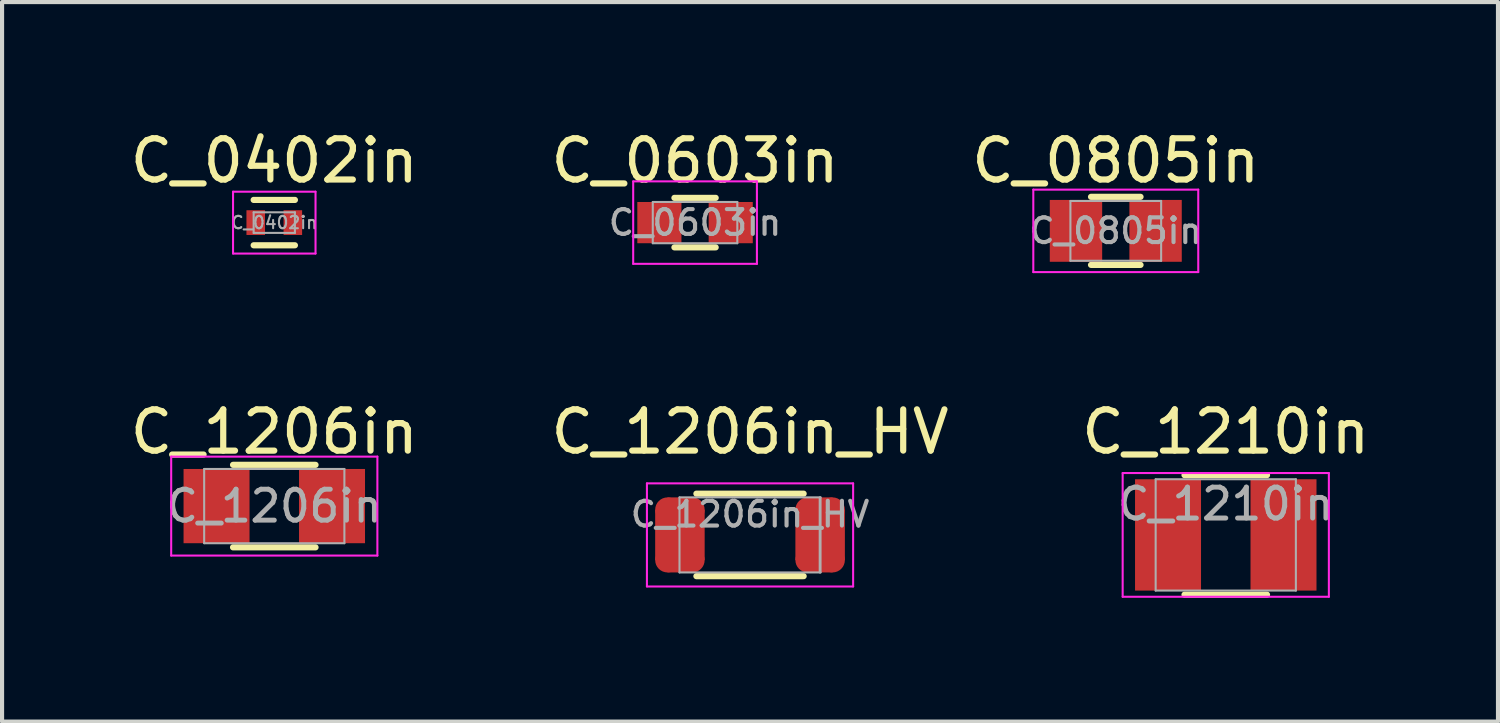
<source format=kicad_pcb>
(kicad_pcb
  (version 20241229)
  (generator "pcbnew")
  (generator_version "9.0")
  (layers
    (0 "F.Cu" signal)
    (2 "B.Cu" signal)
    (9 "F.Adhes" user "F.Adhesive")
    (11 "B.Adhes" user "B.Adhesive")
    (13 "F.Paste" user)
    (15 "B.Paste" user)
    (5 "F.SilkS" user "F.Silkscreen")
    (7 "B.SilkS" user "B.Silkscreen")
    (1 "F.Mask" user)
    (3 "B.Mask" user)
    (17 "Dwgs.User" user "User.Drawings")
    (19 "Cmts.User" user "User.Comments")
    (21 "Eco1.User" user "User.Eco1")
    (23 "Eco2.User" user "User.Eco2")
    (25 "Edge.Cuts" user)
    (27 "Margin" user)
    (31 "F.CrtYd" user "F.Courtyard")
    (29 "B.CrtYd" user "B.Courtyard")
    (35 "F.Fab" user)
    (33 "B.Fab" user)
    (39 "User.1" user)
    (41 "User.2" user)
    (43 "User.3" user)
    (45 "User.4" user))
  (footprint "C_0402in"
    (layer "F.Cu")
    (at 3.601 2.348)
    (property "Reference" "C_0402in" (at 0 0 0) (layer "F.Fab") (effects (font (size 0.3 0.3) (thickness 0.05))))
    (attr smd)
    (fp_line (start -0.5 -0.55) (end 0.5 -0.55) (stroke (width 0.15) (type solid)) (layer "F.SilkS"))
    (fp_line (start -0.5 0.55) (end 0.5 0.55) (stroke (width 0.15) (type solid)) (layer "F.SilkS"))
    (fp_line (start -1 -0.75) (end 1 -0.75) (stroke (width 0.05) (type solid)) (layer "F.CrtYd"))
    (fp_line (start -1 0.75) (end -1 -0.75) (stroke (width 0.05) (type solid)) (layer "F.CrtYd"))
    (fp_line (start 1 -0.75) (end 1 0.75) (stroke (width 0.05) (type solid)) (layer "F.CrtYd"))
    (fp_line (start 1 0.75) (end -1 0.75) (stroke (width 0.05) (type solid)) (layer "F.CrtYd"))
    (fp_line (start -0.5 -0.25) (end 0.5 -0.25) (stroke (width 0.05) (type solid)) (layer "F.Fab"))
    (fp_line (start -0.5 0.25) (end -0.5 -0.25) (stroke (width 0.05) (type solid)) (layer "F.Fab"))
    (fp_line (start 0.5 -0.25) (end 0.5 0.25) (stroke (width 0.05) (type solid)) (layer "F.Fab"))
    (fp_line (start 0.5 0.25) (end -0.5 0.25) (stroke (width 0.05) (type solid)) (layer "F.Fab"))
    (fp_text user "${REFERENCE}" (at 0 -1.5 0) (layer "F.SilkS") (effects (font (size 1 1) (thickness 0.15))))
    (pad "1" smd rect (at -0.45 0) (size 0.45 0.6) (layers "F.Cu" "F.Mask" "F.Paste"))
    (pad "2" smd rect (at 0.45 0) (size 0.45 0.6) (layers "F.Cu" "F.Mask" "F.Paste")))
  (footprint "C_1206in"
    (layer "F.Cu")
    (at 3.601 9.222)
    (property "Reference" "C_1206in" (at 0 0 0) (layer "F.Fab") (effects (font (size 0.75 0.75) (thickness 0.12))))
    (attr smd)
    (fp_line (start -1 -1) (end 1 -1) (stroke (width 0.15) (type solid)) (layer "F.SilkS"))
    (fp_line (start 1 1) (end -1 1) (stroke (width 0.15) (type solid)) (layer "F.SilkS"))
    (fp_line (start -2.5 -1.2) (end -2.5 1.2) (stroke (width 0.05) (type solid)) (layer "F.CrtYd"))
    (fp_line (start -2.5 -1.2) (end 2.5 -1.2) (stroke (width 0.05) (type solid)) (layer "F.CrtYd"))
    (fp_line (start -2.5 1.2) (end 2.5 1.2) (stroke (width 0.05) (type solid)) (layer "F.CrtYd"))
    (fp_line (start 2.5 -1.2) (end 2.5 1.2) (stroke (width 0.05) (type solid)) (layer "F.CrtYd"))
    (fp_line (start -1.7 -0.9) (end 1.7 -0.9) (stroke (width 0.05) (type solid)) (layer "F.Fab"))
    (fp_line (start -1.7 0.9) (end -1.7 -0.9) (stroke (width 0.05) (type solid)) (layer "F.Fab"))
    (fp_line (start 1.7 -0.9) (end 1.7 0.9) (stroke (width 0.05) (type solid)) (layer "F.Fab"))
    (fp_line (start 1.7 0.9) (end -1.7 0.9) (stroke (width 0.05) (type solid)) (layer "F.Fab"))
    (fp_text user "${REFERENCE}" (at 0 -1.8 0) (layer "F.SilkS") (effects (font (size 1 1) (thickness 0.15))))
    (pad "1" smd rect (at -1.4 0) (size 1.6 1.8) (layers "F.Cu" "F.Mask" "F.Paste"))
    (pad "2" smd rect (at 1.4 0) (size 1.6 1.8) (layers "F.Cu" "F.Mask" "F.Paste")))
  (footprint "C_1206in_HV"
    (layer "F.Cu")
    (at 15.137 9.921)
    (property "Reference" "C_1206in_HV" (at 0 -0.5 0) (layer "F.Fab") (effects (font (size 0.6 0.6) (thickness 0.1))))
    (attr smd)
    (fp_line (start -1.4 -0.835) (end 1.4 -0.835) (stroke (width 0.15) (type solid)) (layer "F.Mask"))
    (fp_line (start -1.4 -0.75) (end 1.4 -0.75) (stroke (width 0.15) (type solid)) (layer "F.Mask"))
    (fp_line (start -1.4 -0.45) (end 1.4 -0.45) (stroke (width 0.15) (type solid)) (layer "F.Mask"))
    (fp_line (start -1.4 -0.15) (end 1.4 -0.15) (stroke (width 0.15) (type solid)) (layer "F.Mask"))
    (fp_line (start -1.4 0) (end 1.4 0) (stroke (width 0.15) (type solid)) (layer "F.Mask"))
    (fp_line (start -1.4 0.3) (end 1.4 0.3) (stroke (width 0.15) (type solid)) (layer "F.Mask"))
    (fp_line (start -1.4 0.6) (end 1.4 0.6) (stroke (width 0.15) (type solid)) (layer "F.Mask"))
    (fp_line (start -1.4 0.835) (end -1.4 -0.835) (stroke (width 0.15) (type solid)) (layer "F.Mask"))
    (fp_line (start 1.4 -0.835) (end 1.4 0.835) (stroke (width 0.15) (type solid)) (layer "F.Mask"))
    (fp_line (start 1.4 -0.6) (end -1.4 -0.6) (stroke (width 0.15) (type solid)) (layer "F.Mask"))
    (fp_line (start 1.4 -0.3) (end -1.4 -0.3) (stroke (width 0.15) (type solid)) (layer "F.Mask"))
    (fp_line (start 1.4 0.15) (end -1.4 0.15) (stroke (width 0.15) (type solid)) (layer "F.Mask"))
    (fp_line (start 1.4 0.45) (end -1.4 0.45) (stroke (width 0.15) (type solid)) (layer "F.Mask"))
    (fp_line (start 1.4 0.75) (end -1.4 0.75) (stroke (width 0.15) (type solid)) (layer "F.Mask"))
    (fp_line (start 1.4 0.835) (end -1.4 0.835) (stroke (width 0.15) (type solid)) (layer "F.Mask"))
    (fp_line (start -1.3 1) (end 1.3 1) (stroke (width 0.15) (type solid)) (layer "F.SilkS"))
    (fp_line (start 1.3 -1) (end -1.3 -1) (stroke (width 0.15) (type solid)) (layer "F.SilkS"))
    (fp_line (start -2.5 -1.25) (end -2.5 1.25) (stroke (width 0.05) (type solid)) (layer "F.CrtYd"))
    (fp_line (start -2.5 -1.25) (end 2.5 -1.25) (stroke (width 0.05) (type solid)) (layer "F.CrtYd"))
    (fp_line (start -2.5 1.25) (end 2.5 1.25) (stroke (width 0.05) (type solid)) (layer "F.CrtYd"))
    (fp_line (start 2.5 -1.25) (end 2.5 1.25) (stroke (width 0.05) (type solid)) (layer "F.CrtYd"))
    (fp_line (start -1.71 -0.91) (end 1.71 -0.91) (stroke (width 0.05) (type solid)) (layer "F.Fab"))
    (fp_line (start -1.71 0.91) (end -1.71 -0.91) (stroke (width 0.05) (type solid)) (layer "F.Fab"))
    (fp_line (start 1.69 0.91) (end 1.69 -0.91) (stroke (width 0.05) (type solid)) (layer "F.Fab"))
    (fp_line (start 1.71 -0.91) (end 1.71 0.91) (stroke (width 0.05) (type solid)) (layer "F.Fab"))
    (fp_line (start 1.71 0.91) (end -1.71 0.91) (stroke (width 0.05) (type solid)) (layer "F.Fab"))
    (fp_text user "${REFERENCE}" (at 0 -2.5 0) (layer "F.SilkS") (effects (font (size 1 1) (thickness 0.15))))
    (pad "1" smd circle (at -2 -0.61) (size 0.6 0.6) (layers "F.Cu" "F.Mask" "F.Paste"))
    (pad "1" smd circle (at -2 0.61) (size 0.6 0.6) (layers "F.Cu" "F.Mask" "F.Paste"))
    (pad "1" smd rect (at -1.7 0) (size 0.6 1.82) (layers "F.Cu" "F.Mask" "F.Paste"))
    (pad "1" smd rect (at -1.7 0) (size 1.2 1.22) (layers "F.Cu" "F.Mask" "F.Paste"))
    (pad "1" smd circle (at -1.4 -0.61) (size 0.6 0.6) (layers "F.Cu" "F.Mask" "F.Paste"))
    (pad "1" smd circle (at -1.4 0.61) (size 0.6 0.6) (layers "F.Cu" "F.Mask" "F.Paste"))
    (pad "2" smd circle (at 1.4 -0.61) (size 0.6 0.6) (layers "F.Cu" "F.Mask" "F.Paste"))
    (pad "2" smd circle (at 1.4 0.61) (size 0.6 0.6) (layers "F.Cu" "F.Mask" "F.Paste"))
    (pad "2" smd rect (at 1.7 0) (size 0.6 1.82) (layers "F.Cu" "F.Mask" "F.Paste"))
    (pad "2" smd rect (at 1.7 0) (size 1.2 1.22) (layers "F.Cu" "F.Mask" "F.Paste"))
    (pad "2" smd circle (at 2 -0.61) (size 0.6 0.6) (layers "F.Cu" "F.Mask" "F.Paste"))
    (pad "2" smd circle (at 2 0.61) (size 0.6 0.6) (layers "F.Cu" "F.Mask" "F.Paste")))
  (footprint "C_0805in"
    (layer "F.Cu")
    (at 24.006 2.548)
    (property "Reference" "C_0805in" (at 0 0 0) (layer "F.Fab") (effects (font (size 0.6 0.6) (thickness 0.1))))
    (attr smd)
    (fp_line (start -0.6 -0.825) (end 0.6 -0.825) (stroke (width 0.15) (type solid)) (layer "F.SilkS"))
    (fp_line (start 0.6 0.825) (end -0.6 0.825) (stroke (width 0.15) (type solid)) (layer "F.SilkS"))
    (fp_line (start -2 -1) (end -2 1) (stroke (width 0.05) (type solid)) (layer "F.CrtYd"))
    (fp_line (start -2 -1) (end 2 -1) (stroke (width 0.05) (type solid)) (layer "F.CrtYd"))
    (fp_line (start -2 1) (end 2 1) (stroke (width 0.05) (type solid)) (layer "F.CrtYd"))
    (fp_line (start 2 -1) (end 2 1) (stroke (width 0.05) (type solid)) (layer "F.CrtYd"))
    (fp_line (start -1.1 -0.725) (end 1.1 -0.725) (stroke (width 0.05) (type solid)) (layer "F.Fab"))
    (fp_line (start -1.1 0.725) (end -1.1 -0.725) (stroke (width 0.05) (type solid)) (layer "F.Fab"))
    (fp_line (start 1.1 -0.725) (end 1.1 0.725) (stroke (width 0.05) (type solid)) (layer "F.Fab"))
    (fp_line (start 1.1 0.725) (end -1.1 0.725) (stroke (width 0.05) (type solid)) (layer "F.Fab"))
    (fp_text user "${REFERENCE}" (at 0 -1.7 0) (layer "F.SilkS") (effects (font (size 1 1) (thickness 0.15))))
    (pad "1" smd rect (at -0.965 0) (size 1.27 1.5) (layers "F.Cu" "F.Mask" "F.Paste"))
    (pad "2" smd rect (at 0.965 0) (size 1.27 1.5) (layers "F.Cu" "F.Mask" "F.Paste")))
  (footprint "C_0603in"
    (layer "F.Cu")
    (at 13.804 2.348)
    (property "Reference" "C_0603in" (at 0 0 0) (layer "F.Fab") (effects (font (size 0.6 0.6) (thickness 0.1))))
    (attr smd)
    (fp_line (start -0.5 -0.6) (end 0.5 -0.6) (stroke (width 0.15) (type solid)) (layer "F.SilkS"))
    (fp_line (start 0.5 0.6) (end -0.5 0.6) (stroke (width 0.15) (type solid)) (layer "F.SilkS"))
    (fp_line (start -1.5 -1) (end -1.5 1) (stroke (width 0.05) (type solid)) (layer "F.CrtYd"))
    (fp_line (start -1.5 -1) (end 1.5 -1) (stroke (width 0.05) (type solid)) (layer "F.CrtYd"))
    (fp_line (start -1.5 1) (end 1.5 1) (stroke (width 0.05) (type solid)) (layer "F.CrtYd"))
    (fp_line (start 1.5 -1) (end 1.5 1) (stroke (width 0.05) (type solid)) (layer "F.CrtYd"))
    (fp_line (start -1.025 -0.5) (end 1.025 -0.5) (stroke (width 0.05) (type solid)) (layer "F.Fab"))
    (fp_line (start -1.025 0.5) (end -1.025 -0.5) (stroke (width 0.05) (type solid)) (layer "F.Fab"))
    (fp_line (start 1.025 -0.5) (end 1.025 0.5) (stroke (width 0.05) (type solid)) (layer "F.Fab"))
    (fp_line (start 1.025 0.5) (end -1.025 0.5) (stroke (width 0.05) (type solid)) (layer "F.Fab"))
    (fp_text user "${REFERENCE}" (at 0 -1.5 0) (layer "F.SilkS") (effects (font (size 1 1) (thickness 0.15))))
    (pad "1" smd rect (at -0.865 0) (size 1.07 1) (layers "F.Cu" "F.Mask" "F.Paste"))
    (pad "2" smd rect (at 0.865 0) (size 1.07 1) (layers "F.Cu" "F.Mask" "F.Paste")))
  (footprint "C_1210in"
    (layer "F.Cu")
    (at 26.673 9.921)
    (property "Reference" "C_1210in" (at 0 -0.75 0) (layer "F.Fab") (effects (font (size 0.75 0.75) (thickness 0.12))))
    (attr smd)
    (fp_line (start -1 -1.45) (end 1 -1.45) (stroke (width 0.15) (type solid)) (layer "F.SilkS"))
    (fp_line (start 1 1.45) (end -1 1.45) (stroke (width 0.15) (type solid)) (layer "F.SilkS"))
    (fp_line (start -2.5 -1.5) (end -2.5 1.5) (stroke (width 0.05) (type solid)) (layer "F.CrtYd"))
    (fp_line (start -2.5 -1.5) (end 2.5 -1.5) (stroke (width 0.05) (type solid)) (layer "F.CrtYd"))
    (fp_line (start -2.5 1.5) (end 2.5 1.5) (stroke (width 0.05) (type solid)) (layer "F.CrtYd"))
    (fp_line (start 2.5 -1.5) (end 2.5 1.5) (stroke (width 0.05) (type solid)) (layer "F.CrtYd"))
    (fp_line (start -1.7 -1.35) (end 1.7 -1.35) (stroke (width 0.05) (type solid)) (layer "F.Fab"))
    (fp_line (start -1.7 1.35) (end -1.7 -1.35) (stroke (width 0.05) (type solid)) (layer "F.Fab"))
    (fp_line (start 1.7 -1.35) (end 1.7 1.35) (stroke (width 0.05) (type solid)) (layer "F.Fab"))
    (fp_line (start 1.7 1.35) (end -1.7 1.35) (stroke (width 0.05) (type solid)) (layer "F.Fab"))
    (fp_text user "${REFERENCE}" (at 0 -2.5 0) (layer "F.SilkS") (effects (font (size 1 1) (thickness 0.15))))
    (pad "1" smd rect (at -1.4 0) (size 1.6 2.7) (layers "F.Cu" "F.Mask" "F.Paste"))
    (pad "2" smd rect (at 1.4 0) (size 1.6 2.7) (layers "F.Cu" "F.Mask" "F.Paste")))
  (gr_rect
    (start -3 -3)
    (end 33.274 14.447)
    (stroke (width 0.1) (type default))
    (fill no)
    (layer "Edge.Cuts")))
</source>
